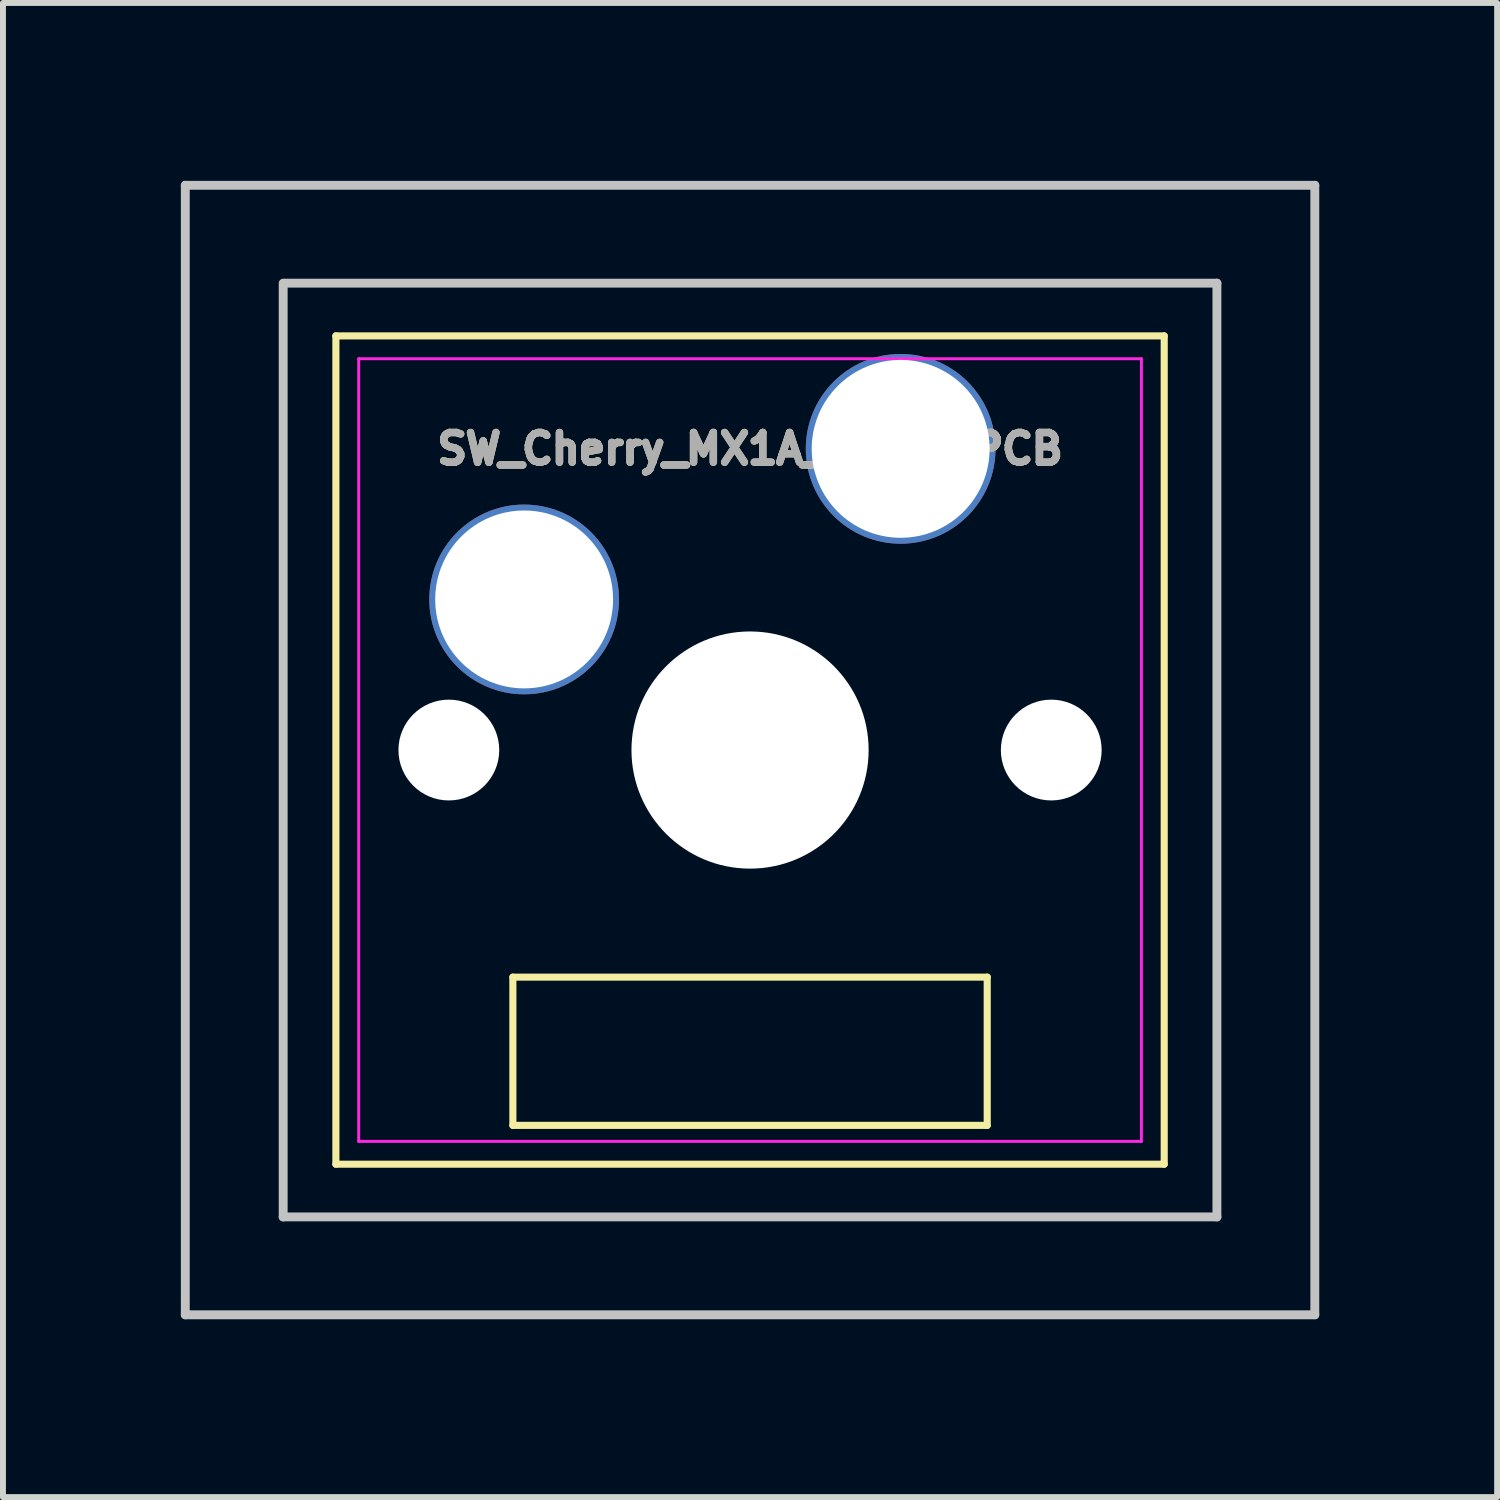
<source format=kicad_pcb>
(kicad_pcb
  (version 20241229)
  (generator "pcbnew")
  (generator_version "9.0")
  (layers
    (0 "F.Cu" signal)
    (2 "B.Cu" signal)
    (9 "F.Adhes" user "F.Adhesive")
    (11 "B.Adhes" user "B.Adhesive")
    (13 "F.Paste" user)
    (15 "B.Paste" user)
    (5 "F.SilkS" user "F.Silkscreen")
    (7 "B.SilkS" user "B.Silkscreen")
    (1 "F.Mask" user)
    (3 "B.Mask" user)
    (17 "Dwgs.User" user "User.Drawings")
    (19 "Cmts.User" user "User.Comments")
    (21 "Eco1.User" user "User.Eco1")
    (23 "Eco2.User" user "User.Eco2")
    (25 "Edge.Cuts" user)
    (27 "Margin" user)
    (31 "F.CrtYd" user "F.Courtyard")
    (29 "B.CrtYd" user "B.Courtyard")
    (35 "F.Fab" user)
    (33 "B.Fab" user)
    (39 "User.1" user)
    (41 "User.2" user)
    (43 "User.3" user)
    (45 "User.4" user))
  (footprint "SW_Cherry_MX1A_1.00u_PCB"
    (layer "F.Cu")
    (at 12.14 4.52)
    (property "Reference" "SW_Cherry_MX1A_1.00u_PCB" (at -2.54 0 0) (layer "F.SilkS") (effects (font (size 0.5 0.5) (thickness 0.125))))
    (attr through_hole)
    (fp_line (start -9.525 -1.905) (end 4.445 -1.905) (stroke (width 0.12) (type solid)) (layer "F.SilkS"))
    (fp_line (start -9.525 12.065) (end -9.525 -1.905) (stroke (width 0.12) (type solid)) (layer "F.SilkS"))
    (fp_line (start -6.54 8.91) (end -6.54 11.41) (stroke (width 0.12) (type solid)) (layer "F.SilkS"))
    (fp_line (start -6.54 8.91) (end 1.46 8.91) (stroke (width 0.12) (type solid)) (layer "F.SilkS"))
    (fp_line (start -6.54 11.41) (end 1.46 11.41) (stroke (width 0.12) (type solid)) (layer "F.SilkS"))
    (fp_line (start 1.46 8.91) (end 1.46 11.41) (stroke (width 0.12) (type solid)) (layer "F.SilkS"))
    (fp_line (start 4.445 -1.905) (end 4.445 12.065) (stroke (width 0.12) (type solid)) (layer "F.SilkS"))
    (fp_line (start 4.445 12.065) (end -9.525 12.065) (stroke (width 0.12) (type solid)) (layer "F.SilkS"))
    (fp_line (start -12.065 -4.445) (end 6.985 -4.445) (stroke (width 0.15) (type solid)) (layer "Dwgs.User"))
    (fp_line (start -12.065 14.605) (end -12.065 -4.445) (stroke (width 0.15) (type solid)) (layer "Dwgs.User"))
    (fp_line (start -10.414 12.954) (end -10.414 -2.794) (stroke (width 0.15) (type solid)) (layer "Dwgs.User"))
    (fp_line (start -10.393 -2.794) (end 5.334 -2.794) (stroke (width 0.15) (type solid)) (layer "Dwgs.User"))
    (fp_line (start 5.334 -2.794) (end 5.334 12.954) (stroke (width 0.15) (type solid)) (layer "Dwgs.User"))
    (fp_line (start 5.334 12.954) (end -10.414 12.954) (stroke (width 0.15) (type solid)) (layer "Dwgs.User"))
    (fp_line (start 6.985 -4.445) (end 6.985 14.605) (stroke (width 0.15) (type solid)) (layer "Dwgs.User"))
    (fp_line (start 6.985 14.605) (end -12.065 14.605) (stroke (width 0.15) (type solid)) (layer "Dwgs.User"))
    (fp_line (start -9.14 -1.52) (end 4.06 -1.52) (stroke (width 0.05) (type solid)) (layer "F.CrtYd"))
    (fp_line (start -9.14 11.68) (end -9.14 -1.52) (stroke (width 0.05) (type solid)) (layer "F.CrtYd"))
    (fp_line (start 4.06 -1.52) (end 4.06 11.68) (stroke (width 0.05) (type solid)) (layer "F.CrtYd"))
    (fp_line (start 4.06 11.68) (end -9.14 11.68) (stroke (width 0.05) (type solid)) (layer "F.CrtYd"))
    (fp_text user "${REFERENCE}" (at -2.54 0 0) (layer "F.Fab") (effects (font (size 0.5 0.5) (thickness 0.125))))
    (pad "" np_thru_hole circle (at -7.62 5.08) (size 1.7 1.7) (drill 1.7) (layers "*.Cu" "*.Mask"))
    (pad "" np_thru_hole circle (at -2.54 5.08) (size 4 4) (drill 4) (layers "*.Cu" "*.Mask"))
    (pad "" np_thru_hole circle (at 2.54 5.08) (size 1.7 1.7) (drill 1.7) (layers "*.Cu" "*.Mask"))
    (pad "1" thru_hole circle (at 0 0) (size 3.2 3.2) (drill 3) (layers "*.Cu" "*.Mask"))
    (pad "2" thru_hole circle (at -6.35 2.54) (size 3.2 3.2) (drill 3) (layers "*.Cu" "*.Mask")))
  (gr_rect
    (start -3 -3)
    (end 22.2 22.2)
    (stroke (width 0.1) (type default))
    (fill no)
    (layer "Edge.Cuts")))
</source>
